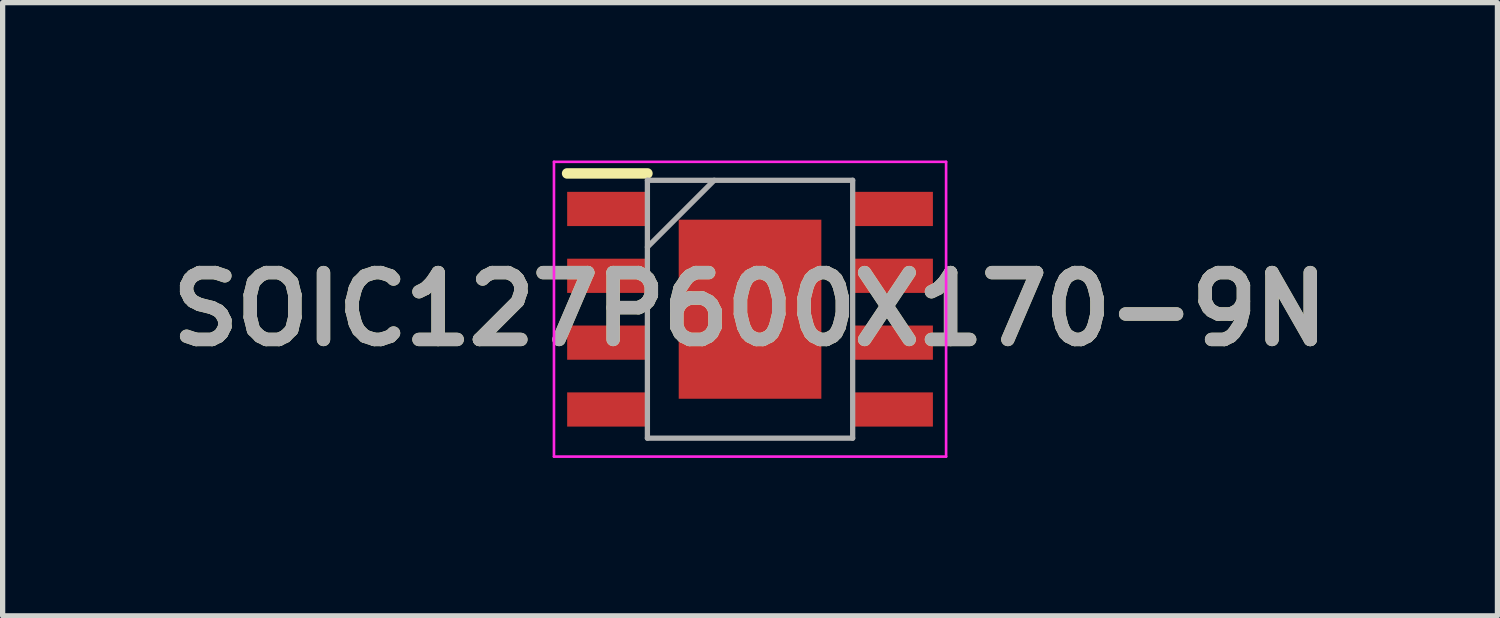
<source format=kicad_pcb>
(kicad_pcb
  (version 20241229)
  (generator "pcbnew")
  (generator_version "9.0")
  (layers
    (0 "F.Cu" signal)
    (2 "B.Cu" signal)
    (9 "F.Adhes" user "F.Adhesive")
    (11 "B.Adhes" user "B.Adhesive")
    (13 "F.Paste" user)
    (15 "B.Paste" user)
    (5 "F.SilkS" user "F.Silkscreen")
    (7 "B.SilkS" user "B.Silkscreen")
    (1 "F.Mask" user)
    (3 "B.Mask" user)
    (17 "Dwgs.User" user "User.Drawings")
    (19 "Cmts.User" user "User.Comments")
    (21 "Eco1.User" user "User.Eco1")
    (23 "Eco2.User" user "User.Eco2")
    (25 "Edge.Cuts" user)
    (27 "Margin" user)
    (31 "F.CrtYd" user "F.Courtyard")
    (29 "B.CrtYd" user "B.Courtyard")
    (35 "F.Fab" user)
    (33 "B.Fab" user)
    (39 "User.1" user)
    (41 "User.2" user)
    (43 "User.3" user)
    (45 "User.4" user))
  (footprint "SOIC127P600X170-9N"
    (layer "F.Cu")
    (at 11.2 2.825)
    (property "Reference" "SOIC127P600X170-9N" (at 0 0 0) (layer "F.SilkS") (effects (font (size 1.27 1.27) (thickness 0.254))))
    (attr smd)
    (fp_line (start -3.475 -2.58) (end -1.95 -2.58) (stroke (width 0.2) (type solid)) (layer "F.SilkS"))
    (fp_line (start -3.725 -2.8) (end 3.725 -2.8) (stroke (width 0.05) (type solid)) (layer "F.CrtYd"))
    (fp_line (start -3.725 2.8) (end -3.725 -2.8) (stroke (width 0.05) (type solid)) (layer "F.CrtYd"))
    (fp_line (start 3.725 -2.8) (end 3.725 2.8) (stroke (width 0.05) (type solid)) (layer "F.CrtYd"))
    (fp_line (start 3.725 2.8) (end -3.725 2.8) (stroke (width 0.05) (type solid)) (layer "F.CrtYd"))
    (fp_line (start -1.95 -2.45) (end 1.95 -2.45) (stroke (width 0.1) (type solid)) (layer "F.Fab"))
    (fp_line (start -1.95 -1.18) (end -0.68 -2.45) (stroke (width 0.1) (type solid)) (layer "F.Fab"))
    (fp_line (start -1.95 2.45) (end -1.95 -2.45) (stroke (width 0.1) (type solid)) (layer "F.Fab"))
    (fp_line (start 1.95 -2.45) (end 1.95 2.45) (stroke (width 0.1) (type solid)) (layer "F.Fab"))
    (fp_line (start 1.95 2.45) (end -1.95 2.45) (stroke (width 0.1) (type solid)) (layer "F.Fab"))
    (fp_text user "${REFERENCE}" (at 0 0 0) (layer "F.Fab") (effects (font (size 1.27 1.27) (thickness 0.254))))
    (pad "1" smd rect (at -2.712 -1.905 90) (size 0.65 1.525) (layers "F.Cu" "F.Mask" "F.Paste"))
    (pad "2" smd rect (at -2.712 -0.635 90) (size 0.65 1.525) (layers "F.Cu" "F.Mask" "F.Paste"))
    (pad "3" smd rect (at -2.712 0.635 90) (size 0.65 1.525) (layers "F.Cu" "F.Mask" "F.Paste"))
    (pad "4" smd rect (at -2.712 1.905 90) (size 0.65 1.525) (layers "F.Cu" "F.Mask" "F.Paste"))
    (pad "5" smd rect (at 2.712 1.905 90) (size 0.65 1.525) (layers "F.Cu" "F.Mask" "F.Paste"))
    (pad "6" smd rect (at 2.712 0.635 90) (size 0.65 1.525) (layers "F.Cu" "F.Mask" "F.Paste"))
    (pad "7" smd rect (at 2.712 -0.635 90) (size 0.65 1.525) (layers "F.Cu" "F.Mask" "F.Paste"))
    (pad "8" smd rect (at 2.712 -1.905 90) (size 0.65 1.525) (layers "F.Cu" "F.Mask" "F.Paste"))
    (pad "9" smd rect (at 0 0) (size 2.71 3.402) (layers "F.Cu" "F.Mask" "F.Paste")))
  (gr_rect
    (start -3 -3)
    (end 25.4 8.65)
    (stroke (width 0.1) (type default))
    (fill no)
    (layer "Edge.Cuts")))
</source>
